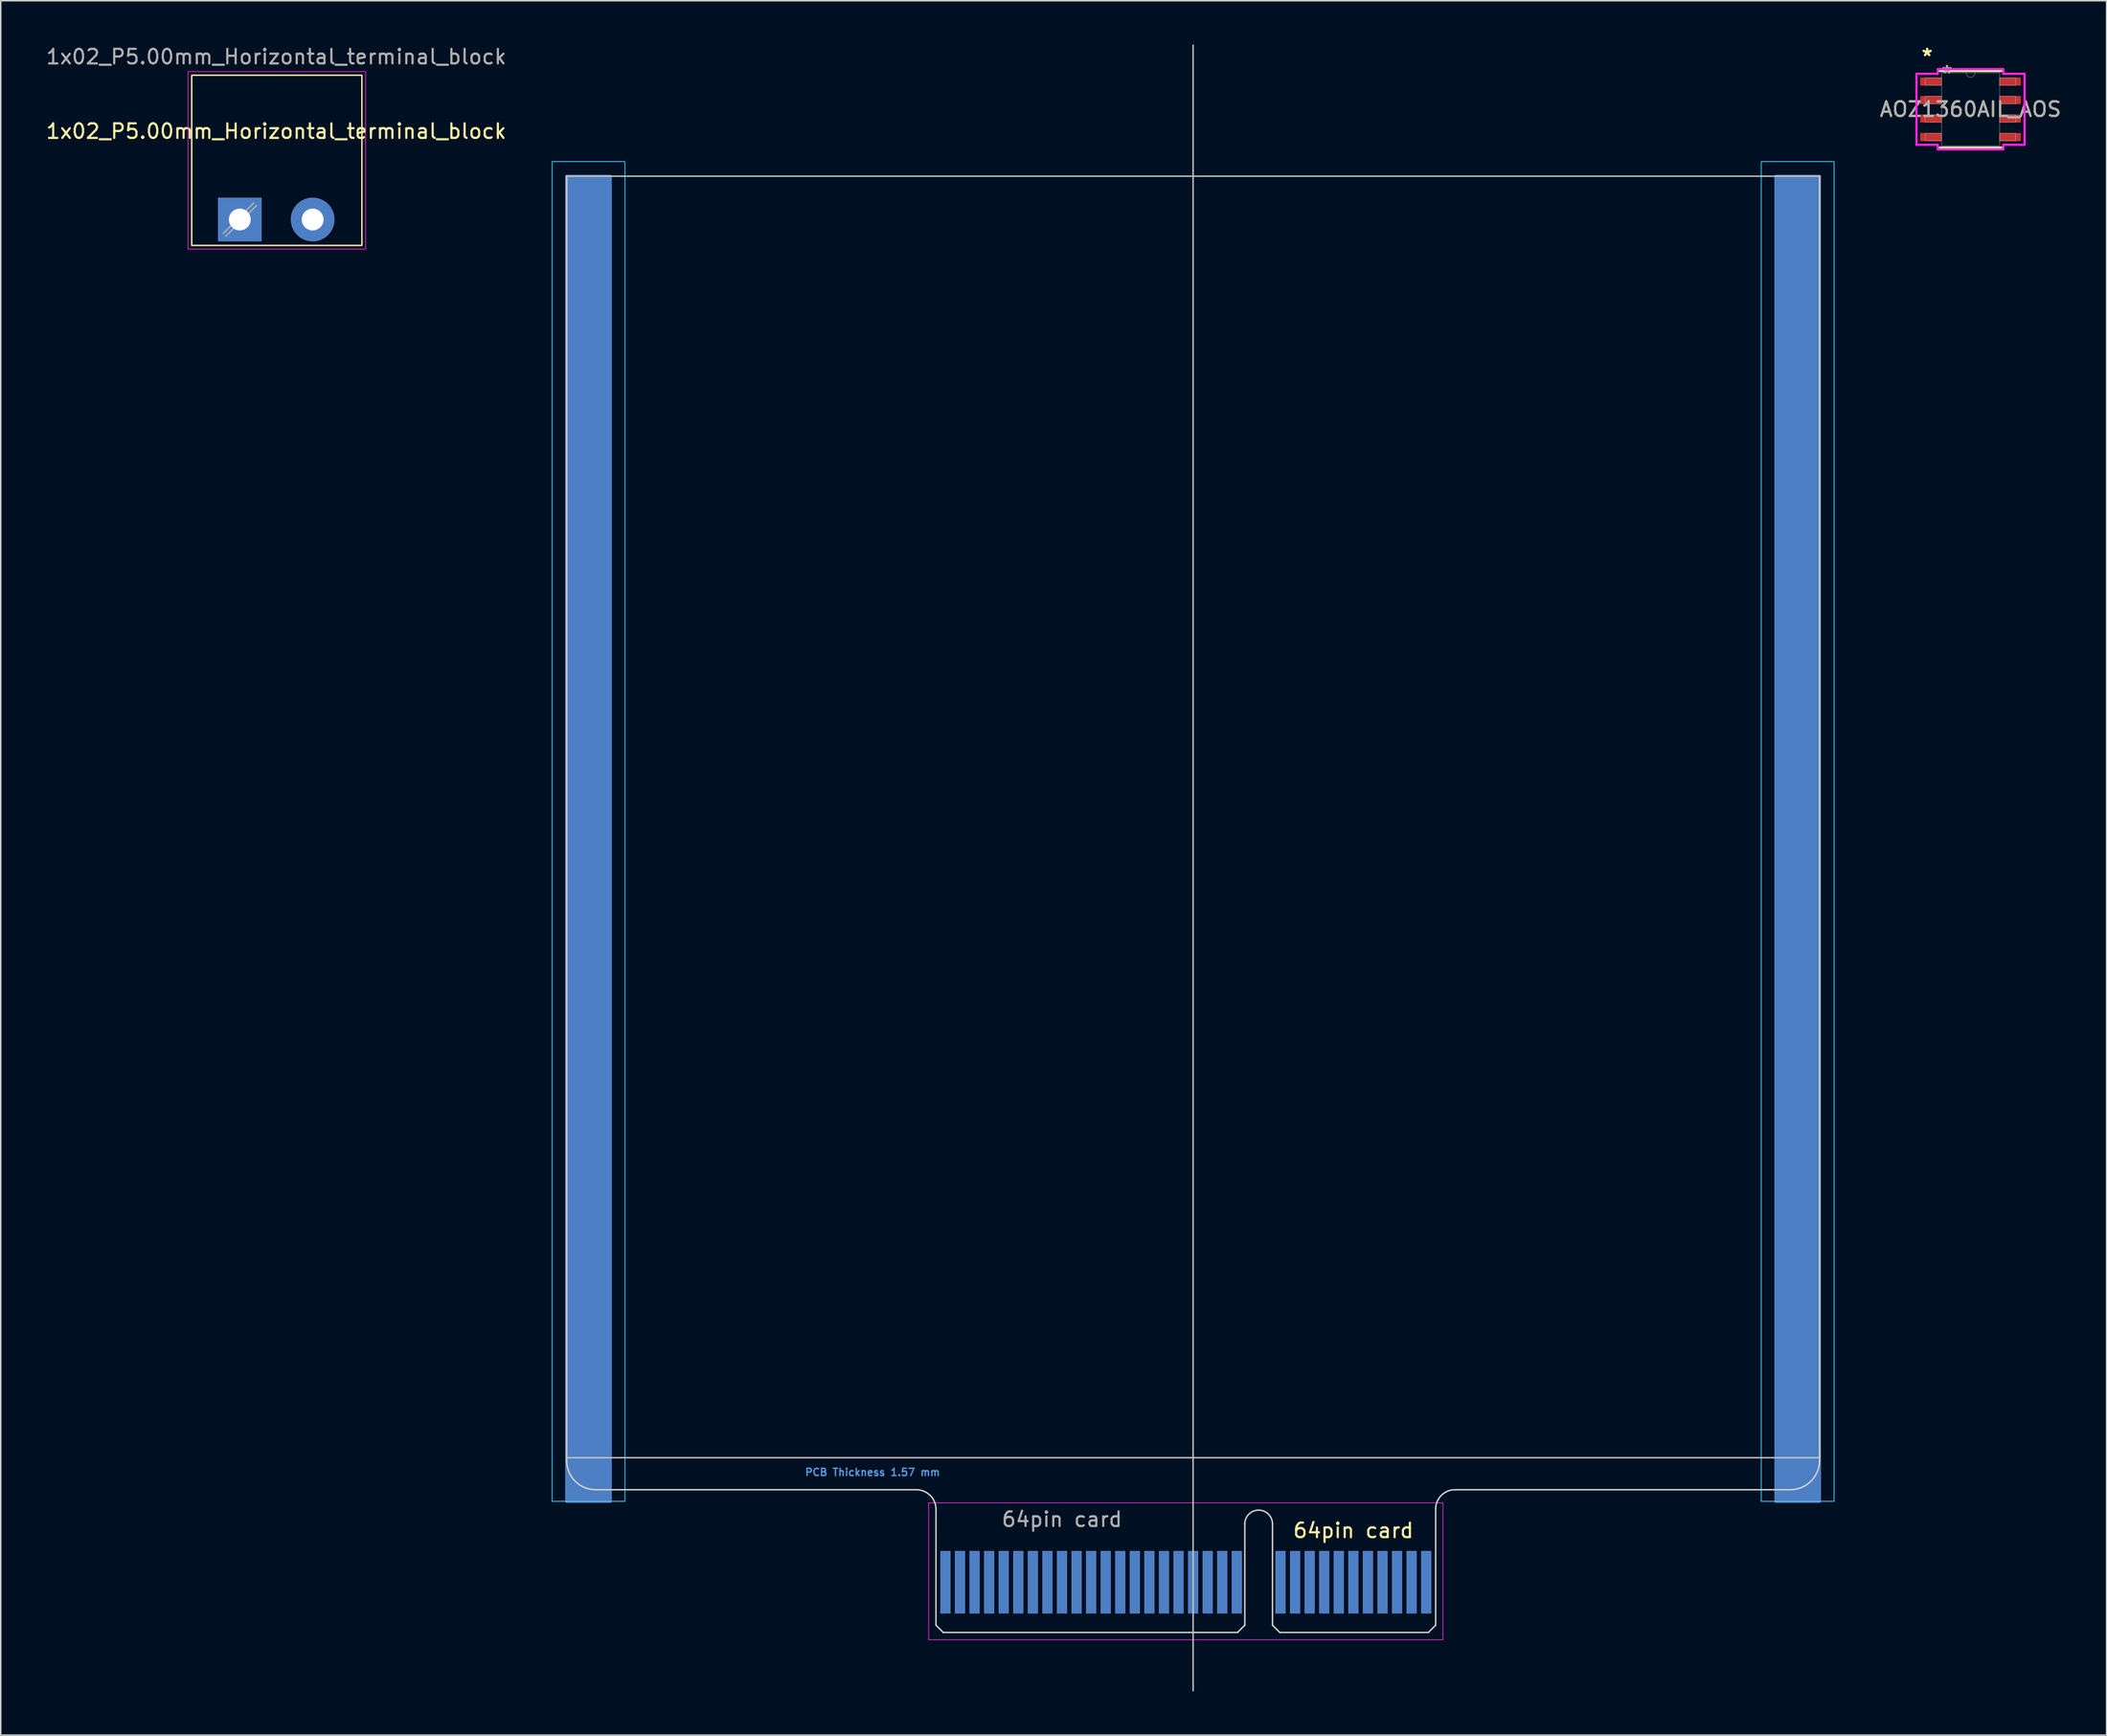
<source format=kicad_pcb>
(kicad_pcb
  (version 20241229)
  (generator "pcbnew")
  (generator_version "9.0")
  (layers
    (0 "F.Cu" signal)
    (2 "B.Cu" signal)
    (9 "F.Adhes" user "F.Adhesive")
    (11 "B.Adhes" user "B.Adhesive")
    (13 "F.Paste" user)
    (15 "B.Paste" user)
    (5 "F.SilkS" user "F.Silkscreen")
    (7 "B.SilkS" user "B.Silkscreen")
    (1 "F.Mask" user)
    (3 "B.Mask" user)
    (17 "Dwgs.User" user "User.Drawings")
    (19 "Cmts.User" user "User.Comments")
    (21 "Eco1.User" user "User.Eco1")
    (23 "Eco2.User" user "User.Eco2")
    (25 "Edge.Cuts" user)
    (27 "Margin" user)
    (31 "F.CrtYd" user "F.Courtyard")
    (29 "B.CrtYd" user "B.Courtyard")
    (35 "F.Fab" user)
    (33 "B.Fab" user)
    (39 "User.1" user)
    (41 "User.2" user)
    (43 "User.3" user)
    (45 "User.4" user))
  (footprint "1x02_P5.00mm_Horizontal_terminal_block"
    (layer "F.Cu")
    (at 13.411 12.024)
    (property "Reference" "1x02_P5.00mm_Horizontal_terminal_block" (at 2.5 -6.06 0) (layer "F.SilkS") (effects (font (size 1 1) (thickness 0.15))))
    (attr through_hole)
    (fp_rect (start -3.302 -9.906) (end 8.382 1.778) (stroke (width 0.1) (type default)) (fill no) (layer "F.SilkS"))
    (fp_rect (start -3.556 -10.16) (end 8.636 2.032) (stroke (width 0.05) (type default)) (fill no) (layer "F.CrtYd"))
    (fp_line (start 0.955 -1.138) (end -1.138 0.955) (stroke (width 0.1) (type solid)) (layer "F.Fab"))
    (fp_line (start 1.138 -0.955) (end -0.955 1.138) (stroke (width 0.1) (type solid)) (layer "F.Fab"))
    (fp_text user "${REFERENCE}" (at 2.5 -11.176 0) (layer "F.Fab") (effects (font (size 1 1) (thickness 0.15))))
    (pad "1" thru_hole rect (at 0 0) (size 3 3) (drill 1.5) (layers "*.Cu" "*.Mask"))
    (pad "2" thru_hole circle (at 5 0) (size 3 3) (drill 1.5) (layers "*.Cu" "*.Mask")))
  (footprint "AOZ1360AIL_AOS"
    (layer "F.Cu")
    (at 132.211 4.455)
    (property "Reference" "AOZ1360AIL_AOS" (at 0 0 0) (unlocked yes) (layer "F.SilkS") (effects (font (size 1 1) (thickness 0.15))))
    (attr smd)
    (fp_line (start -2.121 2.629) (end 2.121 2.629) (stroke (width 0.152) (type solid)) (layer "F.SilkS"))
    (fp_line (start 2.121 -2.629) (end -2.121 -2.629) (stroke (width 0.152) (type solid)) (layer "F.SilkS"))
    (fp_line (start -3.71 -2.438) (end -2.248 -2.438) (stroke (width 0.152) (type solid)) (layer "F.CrtYd"))
    (fp_line (start -3.71 2.438) (end -3.71 -2.438) (stroke (width 0.152) (type solid)) (layer "F.CrtYd"))
    (fp_line (start -3.71 2.438) (end -2.248 2.438) (stroke (width 0.152) (type solid)) (layer "F.CrtYd"))
    (fp_line (start -2.248 -2.756) (end 2.248 -2.756) (stroke (width 0.152) (type solid)) (layer "F.CrtYd"))
    (fp_line (start -2.248 -2.438) (end -2.248 -2.756) (stroke (width 0.152) (type solid)) (layer "F.CrtYd"))
    (fp_line (start -2.248 2.756) (end -2.248 2.438) (stroke (width 0.152) (type solid)) (layer "F.CrtYd"))
    (fp_line (start 2.248 -2.756) (end 2.248 -2.438) (stroke (width 0.152) (type solid)) (layer "F.CrtYd"))
    (fp_line (start 2.248 2.438) (end 2.248 2.756) (stroke (width 0.152) (type solid)) (layer "F.CrtYd"))
    (fp_line (start 2.248 2.756) (end -2.248 2.756) (stroke (width 0.152) (type solid)) (layer "F.CrtYd"))
    (fp_line (start 3.71 -2.438) (end 2.248 -2.438) (stroke (width 0.152) (type solid)) (layer "F.CrtYd"))
    (fp_line (start 3.71 -2.438) (end 3.71 2.438) (stroke (width 0.152) (type solid)) (layer "F.CrtYd"))
    (fp_line (start 3.71 2.438) (end 2.248 2.438) (stroke (width 0.152) (type solid)) (layer "F.CrtYd"))
    (fp_line (start -3.1 -2.159) (end -3.1 -1.651) (stroke (width 0.025) (type solid)) (layer "F.Fab"))
    (fp_line (start -3.1 -1.651) (end -1.994 -1.651) (stroke (width 0.025) (type solid)) (layer "F.Fab"))
    (fp_line (start -3.1 -0.889) (end -3.1 -0.381) (stroke (width 0.025) (type solid)) (layer "F.Fab"))
    (fp_line (start -3.1 -0.381) (end -1.994 -0.381) (stroke (width 0.025) (type solid)) (layer "F.Fab"))
    (fp_line (start -3.1 0.381) (end -3.1 0.889) (stroke (width 0.025) (type solid)) (layer "F.Fab"))
    (fp_line (start -3.1 0.889) (end -1.994 0.889) (stroke (width 0.025) (type solid)) (layer "F.Fab"))
    (fp_line (start -3.1 1.651) (end -3.1 2.159) (stroke (width 0.025) (type solid)) (layer "F.Fab"))
    (fp_line (start -3.1 2.159) (end -1.994 2.159) (stroke (width 0.025) (type solid)) (layer "F.Fab"))
    (fp_line (start -1.994 -2.502) (end -1.994 2.502) (stroke (width 0.025) (type solid)) (layer "F.Fab"))
    (fp_line (start -1.994 -2.159) (end -3.1 -2.159) (stroke (width 0.025) (type solid)) (layer "F.Fab"))
    (fp_line (start -1.994 -1.651) (end -1.994 -2.159) (stroke (width 0.025) (type solid)) (layer "F.Fab"))
    (fp_line (start -1.994 -0.889) (end -3.1 -0.889) (stroke (width 0.025) (type solid)) (layer "F.Fab"))
    (fp_line (start -1.994 -0.381) (end -1.994 -0.889) (stroke (width 0.025) (type solid)) (layer "F.Fab"))
    (fp_line (start -1.994 0.381) (end -3.1 0.381) (stroke (width 0.025) (type solid)) (layer "F.Fab"))
    (fp_line (start -1.994 0.889) (end -1.994 0.381) (stroke (width 0.025) (type solid)) (layer "F.Fab"))
    (fp_line (start -1.994 1.651) (end -3.1 1.651) (stroke (width 0.025) (type solid)) (layer "F.Fab"))
    (fp_line (start -1.994 2.159) (end -1.994 1.651) (stroke (width 0.025) (type solid)) (layer "F.Fab"))
    (fp_line (start -1.994 2.502) (end 1.994 2.502) (stroke (width 0.025) (type solid)) (layer "F.Fab"))
    (fp_line (start 1.994 -2.502) (end -1.994 -2.502) (stroke (width 0.025) (type solid)) (layer "F.Fab"))
    (fp_line (start 1.994 -2.159) (end 1.994 -1.651) (stroke (width 0.025) (type solid)) (layer "F.Fab"))
    (fp_line (start 1.994 -1.651) (end 3.1 -1.651) (stroke (width 0.025) (type solid)) (layer "F.Fab"))
    (fp_line (start 1.994 -0.889) (end 1.994 -0.381) (stroke (width 0.025) (type solid)) (layer "F.Fab"))
    (fp_line (start 1.994 -0.381) (end 3.1 -0.381) (stroke (width 0.025) (type solid)) (layer "F.Fab"))
    (fp_line (start 1.994 0.381) (end 1.994 0.889) (stroke (width 0.025) (type solid)) (layer "F.Fab"))
    (fp_line (start 1.994 0.889) (end 3.1 0.889) (stroke (width 0.025) (type solid)) (layer "F.Fab"))
    (fp_line (start 1.994 1.651) (end 1.994 2.159) (stroke (width 0.025) (type solid)) (layer "F.Fab"))
    (fp_line (start 1.994 2.159) (end 3.1 2.159) (stroke (width 0.025) (type solid)) (layer "F.Fab"))
    (fp_line (start 1.994 2.502) (end 1.994 -2.502) (stroke (width 0.025) (type solid)) (layer "F.Fab"))
    (fp_line (start 3.1 -2.159) (end 1.994 -2.159) (stroke (width 0.025) (type solid)) (layer "F.Fab"))
    (fp_line (start 3.1 -1.651) (end 3.1 -2.159) (stroke (width 0.025) (type solid)) (layer "F.Fab"))
    (fp_line (start 3.1 -0.889) (end 1.994 -0.889) (stroke (width 0.025) (type solid)) (layer "F.Fab"))
    (fp_line (start 3.1 -0.381) (end 3.1 -0.889) (stroke (width 0.025) (type solid)) (layer "F.Fab"))
    (fp_line (start 3.1 0.381) (end 1.994 0.381) (stroke (width 0.025) (type solid)) (layer "F.Fab"))
    (fp_line (start 3.1 0.889) (end 3.1 0.381) (stroke (width 0.025) (type solid)) (layer "F.Fab"))
    (fp_line (start 3.1 1.651) (end 1.994 1.651) (stroke (width 0.025) (type solid)) (layer "F.Fab"))
    (fp_line (start 3.1 2.159) (end 3.1 1.651) (stroke (width 0.025) (type solid)) (layer "F.Fab"))
    (fp_arc (start 0.3048 -2.5019) (mid 0 -2.1971) (end -0.3048 -2.5019) (stroke (width 0.0254) (type solid)) (layer "F.Fab"))
    (fp_text user "*" (at -2.979 -3.607 0) (layer "F.SilkS") (effects (font (size 1 1) (thickness 0.15))))
    (fp_text user "*" (at -2.979 -3.607 0) (unlocked yes) (layer "F.SilkS") (effects (font (size 1 1) (thickness 0.15))))
    (fp_text user "*" (at -1.613 -2.426 0) (layer "F.Fab") (effects (font (size 1 1) (thickness 0.15))))
    (fp_text user "${REFERENCE}" (at 0 0 0) (unlocked yes) (layer "F.Fab") (effects (font (size 1 1) (thickness 0.15))))
    (fp_text user "*" (at -1.613 -2.426 0) (unlocked yes) (layer "F.Fab") (effects (font (size 1 1) (thickness 0.15))))
    (pad "1" smd rect (at -2.725 -1.905) (size 1.462 0.559) (layers "F.Cu" "F.Mask" "F.Paste"))
    (pad "2" smd rect (at -2.725 -0.635) (size 1.462 0.559) (layers "F.Cu" "F.Mask" "F.Paste"))
    (pad "3" smd rect (at -2.725 0.635) (size 1.462 0.559) (layers "F.Cu" "F.Mask" "F.Paste"))
    (pad "4" smd rect (at -2.725 1.905) (size 1.462 0.559) (layers "F.Cu" "F.Mask" "F.Paste"))
    (pad "5" smd rect (at 2.725 1.905) (size 1.462 0.559) (layers "F.Cu" "F.Mask" "F.Paste"))
    (pad "6" smd rect (at 2.725 0.635) (size 1.462 0.559) (layers "F.Cu" "F.Mask" "F.Paste"))
    (pad "7" smd rect (at 2.725 -0.635) (size 1.462 0.559) (layers "F.Cu" "F.Mask" "F.Paste"))
    (pad "8" smd rect (at 2.725 -1.905) (size 1.462 0.559) (layers "F.Cu" "F.Mask" "F.Paste")))
  (footprint "64pin card"
    (layer "F.Cu")
    (at 62.846 109.05)
    (property "Reference" "64pin card" (at 27 -7 0) (layer "F.SilkS") (effects (font (size 1 1) (thickness 0.15))))
    (attr exclude_from_pos_files)
    (fp_rect (start -27 -100) (end -24 -9) (stroke (width 0.2) (type solid)) (fill yes) (layer "F.Cu"))
    (fp_rect (start 56 -100) (end 59 -9) (stroke (width 0.2) (type solid)) (fill yes) (layer "F.Cu"))
    (fp_rect (start -27 -100) (end -24 -9) (stroke (width 0.2) (type solid)) (fill yes) (layer "B.Cu"))
    (fp_rect (start 56 -100) (end 59 -9) (stroke (width 0.2) (type solid)) (fill yes) (layer "B.Cu"))
    (fp_line (start 16 4) (end 16 -109) (stroke (width 0.1) (type default)) (layer "Dwgs.User"))
    (fp_rect (start 59 -100) (end -27 -12) (stroke (width 0.1) (type default)) (fill no) (layer "Dwgs.User"))
    (fp_line (start -27 -11.8) (end -27 -100) (stroke (width 0.1) (type default)) (layer "Edge.Cuts"))
    (fp_line (start -3 -9.802) (end -25 -9.802) (stroke (width 0.1) (type default)) (layer "Edge.Cuts"))
    (fp_line (start -1.65 -0.5) (end -1.15 0) (stroke (width 0.1) (type solid)) (layer "Edge.Cuts"))
    (fp_line (start -1.648 -8.45) (end -1.65 -0.5) (stroke (width 0.1) (type solid)) (layer "Edge.Cuts"))
    (fp_line (start 19.05 0) (end -1.15 0) (stroke (width 0.1) (type solid)) (layer "Edge.Cuts"))
    (fp_line (start 19.55 -7.45) (end 19.55 -0.5) (stroke (width 0.1) (type solid)) (layer "Edge.Cuts"))
    (fp_line (start 19.55 -0.5) (end 19.05 0) (stroke (width 0.1) (type solid)) (layer "Edge.Cuts"))
    (fp_line (start 21.45 -7.45) (end 21.45 -0.5) (stroke (width 0.1) (type solid)) (layer "Edge.Cuts"))
    (fp_line (start 21.45 -0.5) (end 21.95 0) (stroke (width 0.1) (type solid)) (layer "Edge.Cuts"))
    (fp_line (start 32.15 0) (end 21.95 0) (stroke (width 0.1) (type solid)) (layer "Edge.Cuts"))
    (fp_line (start 32.65 -8.5) (end 32.65 -0.5) (stroke (width 0.1) (type solid)) (layer "Edge.Cuts"))
    (fp_line (start 32.65 -0.5) (end 32.15 0) (stroke (width 0.1) (type solid)) (layer "Edge.Cuts"))
    (fp_line (start 34 -9.8) (end 56.986 -9.8) (stroke (width 0.1) (type default)) (layer "Edge.Cuts"))
    (fp_line (start 59 -100) (end 59 -11.814) (stroke (width 0.1) (type default)) (layer "Edge.Cuts"))
    (fp_arc (start -25 -9.8) (mid -26.414214 -10.385786) (end -27 -11.8) (stroke (width 0.1) (type default)) (layer "Edge.Cuts"))
    (fp_arc (start -3 -9.802352) (mid -2.04376 -9.406334) (end -1.647648 -8.450133) (stroke (width 0.1) (type default)) (layer "Edge.Cuts"))
    (fp_arc (start 19.55 -7.45) (mid 20.5 -8.4) (end 21.45 -7.45) (stroke (width 0.1) (type solid)) (layer "Edge.Cuts"))
    (fp_arc (start 32.65 -8.5) (mid 33.055737 -9.429571) (end 33.999933 -9.8) (stroke (width 0.1) (type default)) (layer "Edge.Cuts"))
    (fp_arc (start 59 -11.814214) (mid 58.410054 -10.389946) (end 56.985786 -9.8) (stroke (width 0.1) (type default)) (layer "Edge.Cuts"))
    (fp_rect (start -28 -101) (end -23 -9) (stroke (width 0.05) (type default)) (fill no) (layer "B.CrtYd"))
    (fp_rect (start 55 -101) (end 60 -9) (stroke (width 0.05) (type default)) (fill no) (layer "B.CrtYd"))
    (fp_line (start -2.15 0.5) (end -2.15 -8.9) (stroke (width 0.05) (type solid)) (layer "F.CrtYd"))
    (fp_line (start -2.15 0.5) (end 33.15 0.5) (stroke (width 0.05) (type solid)) (layer "F.CrtYd"))
    (fp_line (start 33.15 -8.9) (end -2.15 -8.9) (stroke (width 0.05) (type solid)) (layer "F.CrtYd"))
    (fp_line (start 33.15 -8.9) (end 33.15 0.5) (stroke (width 0.05) (type solid)) (layer "F.CrtYd"))
    (fp_rect (start -28 -101) (end -23 -9) (stroke (width 0.05) (type default)) (fill no) (layer "F.CrtYd"))
    (fp_rect (start 55 -101) (end 60 -9) (stroke (width 0.05) (type default)) (fill no) (layer "F.CrtYd"))
    (fp_text user "PCB Thickness 1.57 mm" (at -6 -11 180) (layer "Cmts.User") (effects (font (size 0.5 0.5) (thickness 0.1))))
    (fp_text user "${REFERENCE}" (at 7 -7.768 0) (layer "F.Fab") (effects (font (size 1 1) (thickness 0.15))))
    (pad "A1" connect rect (at 29 -3.45) (size 0.7 4.3) (layers "F.Cu" "F.Mask"))
    (pad "A1" connect rect (at 29 -3.45) (size 0.7 4.3) (layers "B.Cu" "B.Mask"))
    (pad "A1" connect rect (at 30 -3.45) (size 0.7 4.3) (layers "F.Cu" "F.Mask"))
    (pad "A1" connect rect (at 30 -3.45) (size 0.7 4.3) (layers "B.Cu" "B.Mask"))
    (pad "A1" connect rect (at 31 -3.45) (size 0.7 4.3) (layers "F.Cu" "F.Mask"))
    (pad "A1" connect rect (at 31 -3.45) (size 0.7 4.3) (layers "B.Cu" "B.Mask"))
    (pad "A1" connect rect (at 32 -3.451) (size 0.7 4.298) (layers "B.Cu" "B.Mask"))
    (pad "A1" connect rect (at 32 -3.45) (size 0.7 4.3) (layers "F.Cu" "F.Mask"))
    (pad "A5" connect rect (at 28 -3.45) (size 0.7 4.3) (layers "B.Cu" "B.Mask"))
    (pad "A6" connect rect (at -0.003 -3.451) (size 0.707 4.299) (layers "F.Cu" "F.Mask"))
    (pad "A6" connect rect (at 0 -3.45) (size 0.7 4.3) (layers "B.Cu" "B.Mask"))
    (pad "A6" connect rect (at 2 -3.45) (size 0.7 4.3) (layers "F.Cu" "F.Mask"))
    (pad "A6" connect rect (at 2 -3.45) (size 0.7 4.3) (layers "B.Cu" "B.Mask"))
    (pad "A6" connect rect (at 4 -3.45) (size 0.7 4.3) (layers "F.Cu" "F.Mask"))
    (pad "A6" connect rect (at 4 -3.45) (size 0.7 4.3) (layers "B.Cu" "B.Mask"))
    (pad "A6" connect rect (at 6 -3.45) (size 0.7 4.3) (layers "F.Cu" "F.Mask"))
    (pad "A6" connect rect (at 6 -3.45) (size 0.7 4.3) (layers "B.Cu" "B.Mask"))
    (pad "A6" connect rect (at 8 -3.45) (size 0.7 4.3) (layers "F.Cu" "F.Mask"))
    (pad "A6" connect rect (at 8 -3.45) (size 0.7 4.3) (layers "B.Cu" "B.Mask"))
    (pad "A6" connect rect (at 10 -3.45) (size 0.7 4.3) (layers "F.Cu" "F.Mask"))
    (pad "A6" connect rect (at 10 -3.45) (size 0.7 4.3) (layers "B.Cu" "B.Mask"))
    (pad "A6" connect rect (at 12 -3.45) (size 0.7 4.3) (layers "F.Cu" "F.Mask"))
    (pad "A6" connect rect (at 12 -3.45) (size 0.7 4.3) (layers "B.Cu" "B.Mask"))
    (pad "A6" connect rect (at 14 -3.45) (size 0.7 4.3) (layers "F.Cu" "F.Mask"))
    (pad "A6" connect rect (at 14 -3.45) (size 0.7 4.3) (layers "B.Cu" "B.Mask"))
    (pad "A6" connect rect (at 16 -3.45) (size 0.7 4.3) (layers "F.Cu" "F.Mask"))
    (pad "A6" connect rect (at 16 -3.45) (size 0.7 4.3) (layers "B.Cu" "B.Mask"))
    (pad "A6" connect rect (at 18 -3.45) (size 0.7 4.3) (layers "F.Cu" "F.Mask"))
    (pad "A6" connect rect (at 18 -3.45) (size 0.7 4.3) (layers "B.Cu" "B.Mask"))
    (pad "A6" connect rect (at 24 -3.45) (size 0.7 4.3) (layers "F.Cu" "F.Mask"))
    (pad "A6" connect rect (at 24 -3.45) (size 0.7 4.3) (layers "B.Cu" "B.Mask"))
    (pad "A6" connect rect (at 25 -3.45) (size 0.7 4.3) (layers "F.Cu" "F.Mask"))
    (pad "A6" connect rect (at 25 -3.45) (size 0.7 4.3) (layers "B.Cu" "B.Mask"))
    (pad "A6" connect rect (at 26 -3.45) (size 0.7 4.3) (layers "F.Cu" "F.Mask"))
    (pad "A6" connect rect (at 26 -3.45) (size 0.7 4.3) (layers "B.Cu" "B.Mask"))
    (pad "A6" connect rect (at 27 -3.45) (size 0.7 4.3) (layers "F.Cu" "F.Mask"))
    (pad "A6" connect rect (at 27 -3.45) (size 0.7 4.3) (layers "B.Cu" "B.Mask"))
    (pad "A10" connect rect (at 23 -3.45) (size 0.7 4.3) (layers "F.Cu" "F.Mask"))
    (pad "A10" connect rect (at 23 -3.45) (size 0.7 4.3) (layers "B.Cu" "B.Mask"))
    (pad "A11" connect rect (at 22 -3.45) (size 0.7 4.3) (layers "F.Cu" "F.Mask"))
    (pad "A11" connect rect (at 22 -3.45) (size 0.7 4.3) (layers "B.Cu" "B.Mask"))
    (pad "A12" connect rect (at 19 -3.45) (size 0.7 4.3) (layers "B.Cu" "B.Mask"))
    (pad "A14" connect rect (at 17 -3.45) (size 0.7 4.3) (layers "B.Cu" "B.Mask"))
    (pad "A16" connect rect (at 15 -3.45) (size 0.7 4.3) (layers "B.Cu" "B.Mask"))
    (pad "A18" connect rect (at 13 -3.45) (size 0.7 4.3) (layers "B.Cu" "B.Mask"))
    (pad "A20" connect rect (at 11 -3.45) (size 0.7 4.3) (layers "B.Cu" "B.Mask"))
    (pad "A22" connect rect (at 9 -3.45) (size 0.7 4.3) (layers "B.Cu" "B.Mask"))
    (pad "A24" connect rect (at 7 -3.45) (size 0.7 4.3) (layers "B.Cu" "B.Mask"))
    (pad "A26" connect rect (at 5 -3.45) (size 0.7 4.3) (layers "B.Cu" "B.Mask"))
    (pad "A28" connect rect (at 3 -3.45) (size 0.7 4.3) (layers "B.Cu" "B.Mask"))
    (pad "A30" connect rect (at 1 -3.45) (size 0.7 4.3) (layers "B.Cu" "B.Mask"))
    (pad "A32" connect rect (at -1 -3.45) (size 0.7 4.3) (layers "B.Cu" "B.Mask"))
    (pad "B5" connect rect (at 28 -3.45) (size 0.7 4.3) (layers "F.Cu" "F.Mask"))
    (pad "B12" connect rect (at 19 -3.45) (size 0.7 4.3) (layers "F.Cu" "F.Mask"))
    (pad "B14" connect rect (at 17 -3.45) (size 0.7 4.3) (layers "F.Cu" "F.Mask"))
    (pad "B16" connect rect (at 15 -3.45) (size 0.7 4.3) (layers "F.Cu" "F.Mask"))
    (pad "B18" connect rect (at 13 -3.45) (size 0.7 4.3) (layers "F.Cu" "F.Mask"))
    (pad "B20" connect rect (at 11 -3.45) (size 0.7 4.3) (layers "F.Cu" "F.Mask"))
    (pad "B22" connect rect (at 9 -3.45) (size 0.7 4.3) (layers "F.Cu" "F.Mask"))
    (pad "B24" connect rect (at 7 -3.45) (size 0.7 4.3) (layers "F.Cu" "F.Mask"))
    (pad "B26" connect rect (at 5 -3.45) (size 0.7 4.3) (layers "F.Cu" "F.Mask"))
    (pad "B28" connect rect (at 3 -3.45) (size 0.7 4.3) (layers "F.Cu" "F.Mask"))
    (pad "B30" connect rect (at 1 -3.45) (size 0.7 4.3) (layers "F.Cu" "F.Mask"))
    (pad "B32" connect rect (at -1 -3.45) (size 0.7 4.3) (layers "F.Cu" "F.Mask")))
  (gr_rect
    (start -3 -3)
    (end 141.55 116.1)
    (stroke (width 0.1) (type default))
    (fill no)
    (layer "Edge.Cuts")))
</source>
